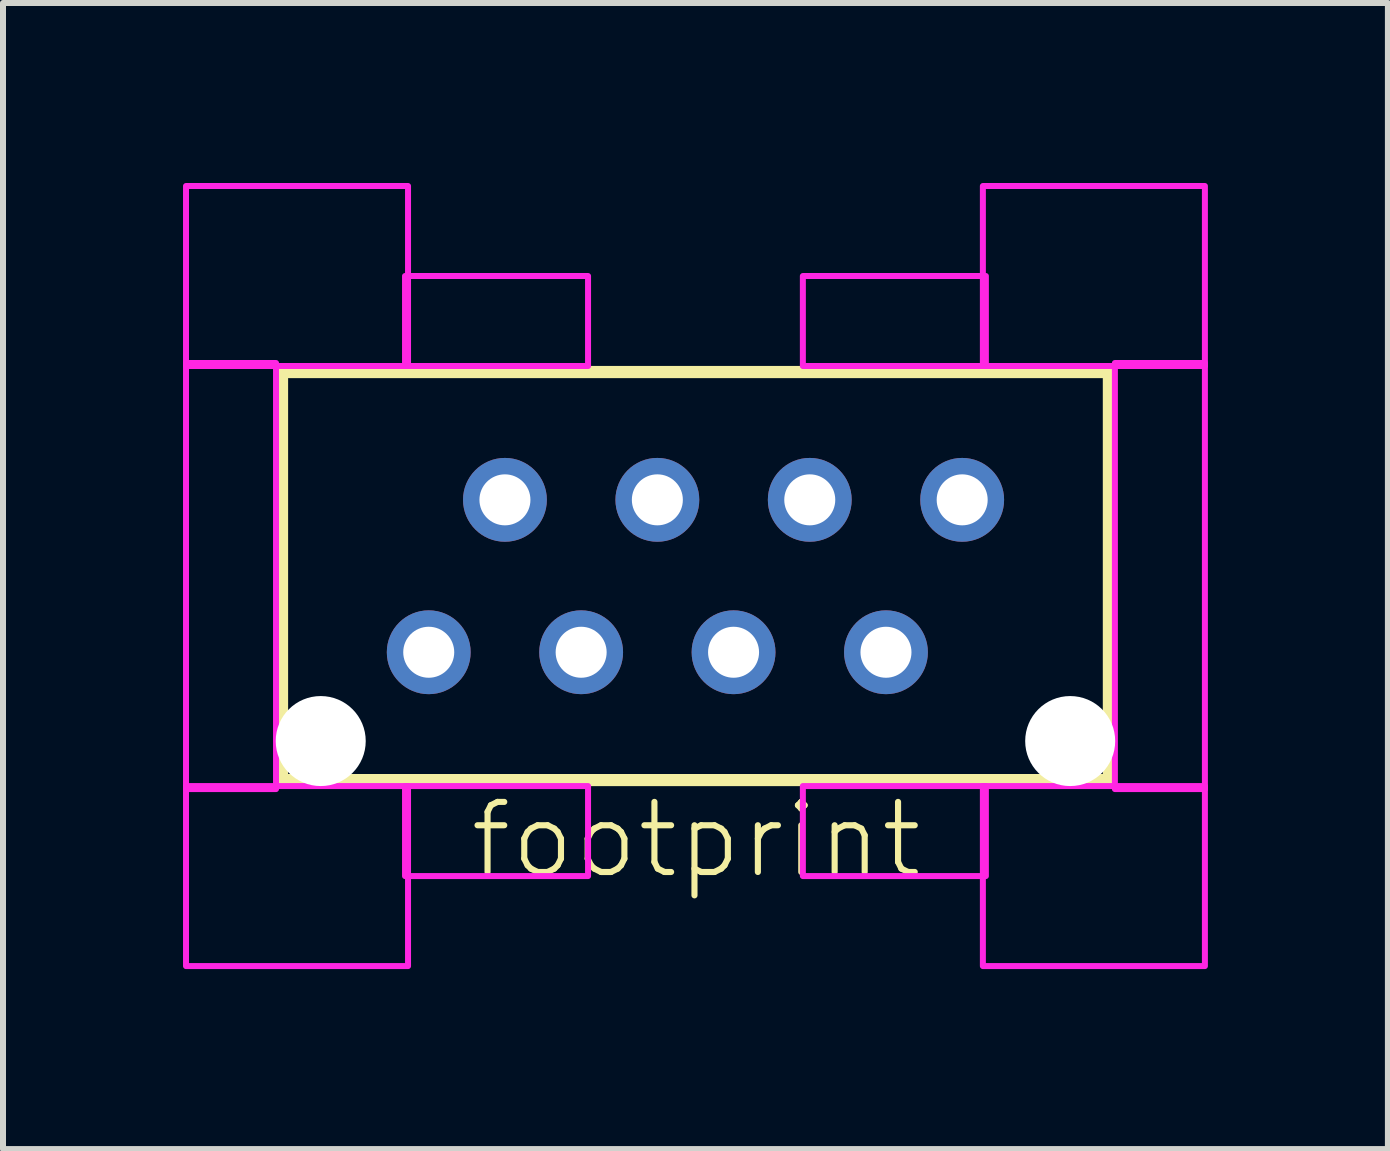
<source format=kicad_pcb>
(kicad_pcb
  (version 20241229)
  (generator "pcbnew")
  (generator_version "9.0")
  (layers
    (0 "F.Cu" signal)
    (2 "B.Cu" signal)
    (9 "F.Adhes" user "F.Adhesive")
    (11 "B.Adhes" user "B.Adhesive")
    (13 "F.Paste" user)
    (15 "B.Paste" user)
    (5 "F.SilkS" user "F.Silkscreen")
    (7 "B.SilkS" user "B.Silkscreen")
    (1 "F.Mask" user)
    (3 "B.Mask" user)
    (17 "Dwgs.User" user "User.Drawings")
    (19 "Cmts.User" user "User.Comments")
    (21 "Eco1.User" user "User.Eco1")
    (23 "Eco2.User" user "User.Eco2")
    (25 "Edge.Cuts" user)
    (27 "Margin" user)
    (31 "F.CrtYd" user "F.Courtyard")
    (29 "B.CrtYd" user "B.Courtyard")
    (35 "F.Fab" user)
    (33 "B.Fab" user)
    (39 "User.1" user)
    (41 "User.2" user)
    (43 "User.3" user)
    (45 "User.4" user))
  (footprint "footprint"
    (layer "F.Cu")
    (at 8.54 6.55)
    (property "Reference" "footprint" (at -3.81 5.08 0) (layer "F.SilkS") (effects (font (size 1.168 1.168) (thickness 0.102)) (justify left bottom)))
    (fp_line (start -6.89 -3.4) (end 6.89 -3.4) (stroke (width 0.203) (type solid)) (layer "F.SilkS"))
    (fp_line (start -6.89 3.4) (end -6.89 -3.4) (stroke (width 0.203) (type solid)) (layer "F.SilkS"))
    (fp_line (start 6.89 -3.4) (end 6.89 3.4) (stroke (width 0.203) (type solid)) (layer "F.SilkS"))
    (fp_line (start 6.89 3.4) (end -6.89 3.4) (stroke (width 0.203) (type solid)) (layer "F.SilkS"))
    (fp_poly (pts (xy -8.49 -3.5) (xy -4.79 -3.5) (xy -4.79 -6.5) (xy -8.49 -6.5)) (stroke (width 0.1) (type solid)) (fill no) (layer "F.CrtYd"))
    (fp_poly (pts (xy -8.49 3.55) (xy -6.99 3.55) (xy -6.99 -3.55) (xy -8.49 -3.55)) (stroke (width 0.1) (type solid)) (fill no) (layer "F.CrtYd"))
    (fp_poly (pts (xy -8.49 6.5) (xy -4.79 6.5) (xy -4.79 3.5) (xy -8.49 3.5)) (stroke (width 0.1) (type solid)) (fill no) (layer "F.CrtYd"))
    (fp_poly (pts (xy -4.84 -3.5) (xy -1.79 -3.5) (xy -1.79 -5) (xy -4.84 -5)) (stroke (width 0.1) (type solid)) (fill no) (layer "F.CrtYd"))
    (fp_poly (pts (xy -4.84 5) (xy -1.79 5) (xy -1.79 3.5) (xy -4.84 3.5)) (stroke (width 0.1) (type solid)) (fill no) (layer "F.CrtYd"))
    (fp_poly (pts (xy 1.79 -3.5) (xy 4.84 -3.5) (xy 4.84 -5) (xy 1.79 -5)) (stroke (width 0.1) (type solid)) (fill no) (layer "F.CrtYd"))
    (fp_poly (pts (xy 1.79 5) (xy 4.84 5) (xy 4.84 3.5) (xy 1.79 3.5)) (stroke (width 0.1) (type solid)) (fill no) (layer "F.CrtYd"))
    (fp_poly (pts (xy 4.79 -3.5) (xy 8.49 -3.5) (xy 8.49 -6.5) (xy 4.79 -6.5)) (stroke (width 0.1) (type solid)) (fill no) (layer "F.CrtYd"))
    (fp_poly (pts (xy 4.79 6.5) (xy 8.49 6.5) (xy 8.49 3.5) (xy 4.79 3.5)) (stroke (width 0.1) (type solid)) (fill no) (layer "F.CrtYd"))
    (fp_poly (pts (xy 6.99 3.55) (xy 8.49 3.55) (xy 8.49 -3.55) (xy 6.99 -3.55)) (stroke (width 0.1) (type solid)) (fill no) (layer "F.CrtYd"))
    (pad "" np_thru_hole circle (at -6.245 2.75) (size 1.5 1.5) (drill 1.5) (layers "*.Cu" "*.Mask"))
    (pad "" np_thru_hole circle (at 6.245 2.75) (size 1.5 1.5) (drill 1.5) (layers "*.Cu" "*.Mask"))
    (pad "1" thru_hole circle (at -4.445 1.27) (size 1.397 1.397) (drill 0.85) (layers "*.Cu" "*.Mask"))
    (pad "2" thru_hole circle (at -3.175 -1.27) (size 1.397 1.397) (drill 0.85) (layers "*.Cu" "*.Mask"))
    (pad "3" thru_hole circle (at -1.905 1.27) (size 1.397 1.397) (drill 0.85) (layers "*.Cu" "*.Mask"))
    (pad "4" thru_hole circle (at -0.635 -1.27) (size 1.397 1.397) (drill 0.85) (layers "*.Cu" "*.Mask"))
    (pad "5" thru_hole circle (at 0.635 1.27) (size 1.397 1.397) (drill 0.85) (layers "*.Cu" "*.Mask"))
    (pad "6" thru_hole circle (at 1.905 -1.27) (size 1.397 1.397) (drill 0.85) (layers "*.Cu" "*.Mask"))
    (pad "7" thru_hole circle (at 3.175 1.27) (size 1.397 1.397) (drill 0.85) (layers "*.Cu" "*.Mask"))
    (pad "8" thru_hole circle (at 4.445 -1.27) (size 1.397 1.397) (drill 0.85) (layers "*.Cu" "*.Mask")))
  (gr_rect
    (start -3 -3)
    (end 20.08 16.1)
    (stroke (width 0.1) (type default))
    (fill no)
    (layer "Edge.Cuts")))
</source>
